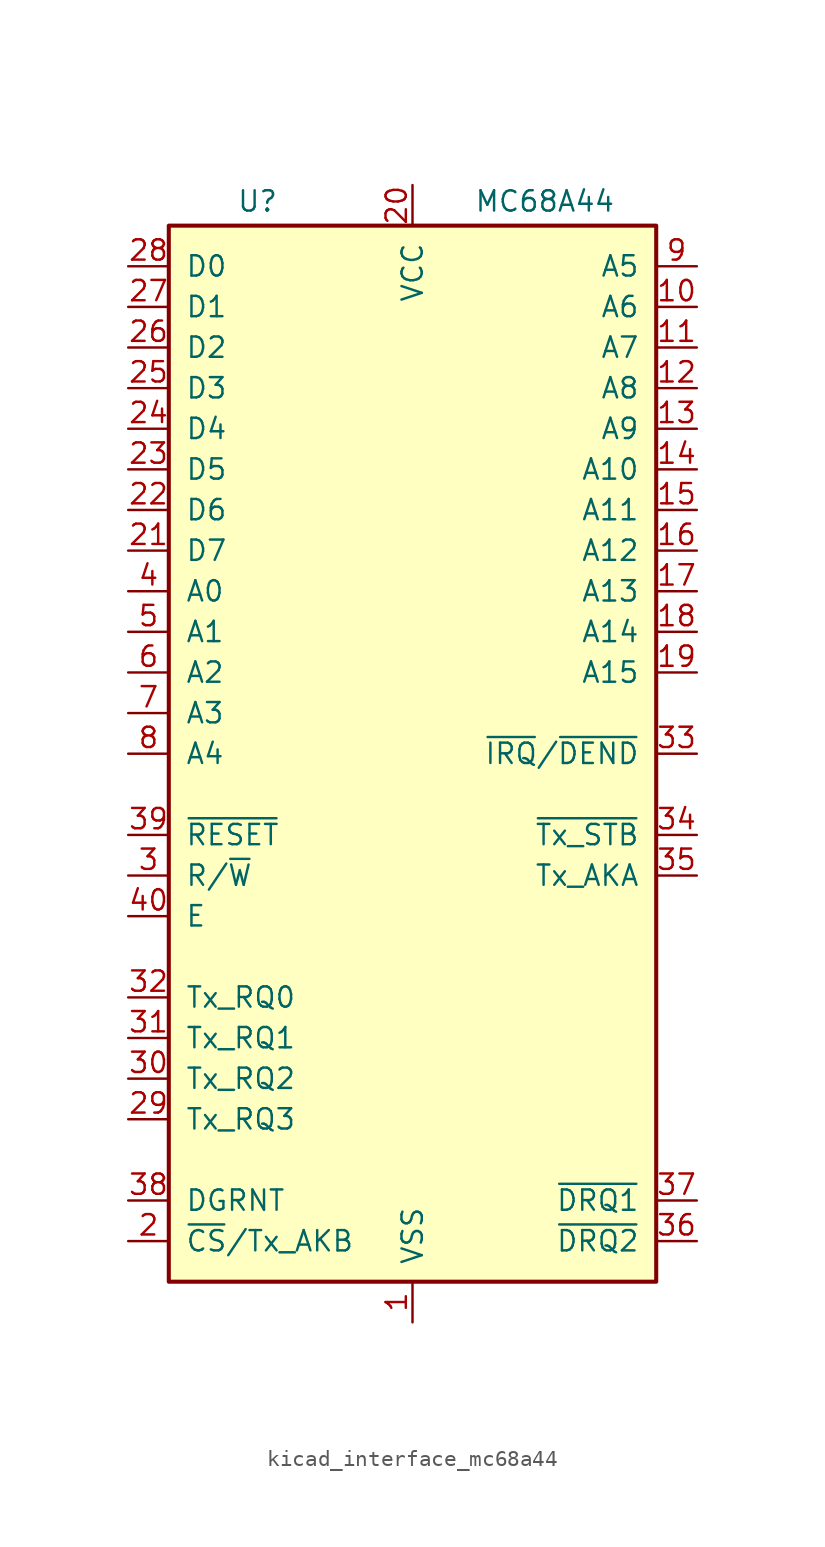
<source format=kicad_sym>
(kicad_symbol_lib
  (version 20220914)
  (generator kicad_symbol_editor)
  (symbol "kicad_interface_mc68a44"
    (pin_names
      (offset 1.016))
    (property "Reference" "U"
      (at -8.382 34.544 0)
      (effects (font (size 1.27 1.27)) (justify right)))
    (property "Value" "MC68A44"
      (at 12.7 34.544 0)
      (effects (font (size 1.27 1.27)) (justify right)))
    (symbol "kicad_interface_mc68a44_0_1"
      (rectangle (start -15.24 -33.02) (end 15.24 33.02) (stroke (width 0.254) (type default)) (fill (type background))))
    (symbol "kicad_interface_mc68a44_1_1"
      (pin power_in line (at 0 -35.56 90) (length 2.54) (name "VSS" (effects (font (size 1.27 1.27)))) (number "1" (effects (font (size 1.27 1.27)))))
      (pin output line (at 17.78 27.94 180) (length 2.54) (name "A6" (effects (font (size 1.27 1.27)))) (number "10" (effects (font (size 1.27 1.27)))))
      (pin output line (at 17.78 25.4 180) (length 2.54) (name "A7" (effects (font (size 1.27 1.27)))) (number "11" (effects (font (size 1.27 1.27)))))
      (pin output line (at 17.78 22.86 180) (length 2.54) (name "A8" (effects (font (size 1.27 1.27)))) (number "12" (effects (font (size 1.27 1.27)))))
      (pin output line (at 17.78 20.32 180) (length 2.54) (name "A9" (effects (font (size 1.27 1.27)))) (number "13" (effects (font (size 1.27 1.27)))))
      (pin output line (at 17.78 17.78 180) (length 2.54) (name "A10" (effects (font (size 1.27 1.27)))) (number "14" (effects (font (size 1.27 1.27)))))
      (pin output line (at 17.78 15.24 180) (length 2.54) (name "A11" (effects (font (size 1.27 1.27)))) (number "15" (effects (font (size 1.27 1.27)))))
      (pin output line (at 17.78 12.7 180) (length 2.54) (name "A12" (effects (font (size 1.27 1.27)))) (number "16" (effects (font (size 1.27 1.27)))))
      (pin output line (at 17.78 10.16 180) (length 2.54) (name "A13" (effects (font (size 1.27 1.27)))) (number "17" (effects (font (size 1.27 1.27)))))
      (pin output line (at 17.78 7.62 180) (length 2.54) (name "A14" (effects (font (size 1.27 1.27)))) (number "18" (effects (font (size 1.27 1.27)))))
      (pin output line (at 17.78 5.08 180) (length 2.54) (name "A15" (effects (font (size 1.27 1.27)))) (number "19" (effects (font (size 1.27 1.27)))))
      (pin bidirectional line (at -17.78 -30.48 0) (length 2.54) (name "~{CS}/Tx_AKB" (effects (font (size 1.27 1.27)))) (number "2" (effects (font (size 1.27 1.27)))))
      (pin power_in line (at 0 35.56 270) (length 2.54) (name "VCC" (effects (font (size 1.27 1.27)))) (number "20" (effects (font (size 1.27 1.27)))))
      (pin bidirectional line (at -17.78 12.7 0) (length 2.54) (name "D7" (effects (font (size 1.27 1.27)))) (number "21" (effects (font (size 1.27 1.27)))))
      (pin bidirectional line (at -17.78 15.24 0) (length 2.54) (name "D6" (effects (font (size 1.27 1.27)))) (number "22" (effects (font (size 1.27 1.27)))))
      (pin bidirectional line (at -17.78 17.78 0) (length 2.54) (name "D5" (effects (font (size 1.27 1.27)))) (number "23" (effects (font (size 1.27 1.27)))))
      (pin bidirectional line (at -17.78 20.32 0) (length 2.54) (name "D4" (effects (font (size 1.27 1.27)))) (number "24" (effects (font (size 1.27 1.27)))))
      (pin bidirectional line (at -17.78 22.86 0) (length 2.54) (name "D3" (effects (font (size 1.27 1.27)))) (number "25" (effects (font (size 1.27 1.27)))))
      (pin bidirectional line (at -17.78 25.4 0) (length 2.54) (name "D2" (effects (font (size 1.27 1.27)))) (number "26" (effects (font (size 1.27 1.27)))))
      (pin bidirectional line (at -17.78 27.94 0) (length 2.54) (name "D1" (effects (font (size 1.27 1.27)))) (number "27" (effects (font (size 1.27 1.27)))))
      (pin bidirectional line (at -17.78 30.48 0) (length 2.54) (name "D0" (effects (font (size 1.27 1.27)))) (number "28" (effects (font (size 1.27 1.27)))))
      (pin input line (at -17.78 -22.86 0) (length 2.54) (name "Tx_RQ3" (effects (font (size 1.27 1.27)))) (number "29" (effects (font (size 1.27 1.27)))))
      (pin bidirectional line (at -17.78 -7.62 0) (length 2.54) (name "R/~{W}" (effects (font (size 1.27 1.27)))) (number "3" (effects (font (size 1.27 1.27)))))
      (pin input line (at -17.78 -20.32 0) (length 2.54) (name "Tx_RQ2" (effects (font (size 1.27 1.27)))) (number "30" (effects (font (size 1.27 1.27)))))
      (pin input line (at -17.78 -17.78 0) (length 2.54) (name "Tx_RQ1" (effects (font (size 1.27 1.27)))) (number "31" (effects (font (size 1.27 1.27)))))
      (pin input line (at -17.78 -15.24 0) (length 2.54) (name "Tx_RQ0" (effects (font (size 1.27 1.27)))) (number "32" (effects (font (size 1.27 1.27)))))
      (pin output line (at 17.78 0 180) (length 2.54) (name "~{IRQ}/~{DEND}" (effects (font (size 1.27 1.27)))) (number "33" (effects (font (size 1.27 1.27)))))
      (pin output line (at 17.78 -5.08 180) (length 2.54) (name "~{Tx_STB}" (effects (font (size 1.27 1.27)))) (number "34" (effects (font (size 1.27 1.27)))))
      (pin output line (at 17.78 -7.62 180) (length 2.54) (name "Tx_AKA" (effects (font (size 1.27 1.27)))) (number "35" (effects (font (size 1.27 1.27)))))
      (pin output line (at 17.78 -30.48 180) (length 2.54) (name "~{DRQ2}" (effects (font (size 1.27 1.27)))) (number "36" (effects (font (size 1.27 1.27)))))
      (pin output line (at 17.78 -27.94 180) (length 2.54) (name "~{DRQ1}" (effects (font (size 1.27 1.27)))) (number "37" (effects (font (size 1.27 1.27)))))
      (pin input line (at -17.78 -27.94 0) (length 2.54) (name "DGRNT" (effects (font (size 1.27 1.27)))) (number "38" (effects (font (size 1.27 1.27)))))
      (pin input line (at -17.78 -5.08 0) (length 2.54) (name "~{RESET}" (effects (font (size 1.27 1.27)))) (number "39" (effects (font (size 1.27 1.27)))))
      (pin bidirectional line (at -17.78 10.16 0) (length 2.54) (name "A0" (effects (font (size 1.27 1.27)))) (number "4" (effects (font (size 1.27 1.27)))))
      (pin input line (at -17.78 -10.16 0) (length 2.54) (name "E" (effects (font (size 1.27 1.27)))) (number "40" (effects (font (size 1.27 1.27)))))
      (pin bidirectional line (at -17.78 7.62 0) (length 2.54) (name "A1" (effects (font (size 1.27 1.27)))) (number "5" (effects (font (size 1.27 1.27)))))
      (pin bidirectional line (at -17.78 5.08 0) (length 2.54) (name "A2" (effects (font (size 1.27 1.27)))) (number "6" (effects (font (size 1.27 1.27)))))
      (pin bidirectional line (at -17.78 2.54 0) (length 2.54) (name "A3" (effects (font (size 1.27 1.27)))) (number "7" (effects (font (size 1.27 1.27)))))
      (pin bidirectional line (at -17.78 0 0) (length 2.54) (name "A4" (effects (font (size 1.27 1.27)))) (number "8" (effects (font (size 1.27 1.27)))))
      (pin output line (at 17.78 30.48 180) (length 2.54) (name "A5" (effects (font (size 1.27 1.27)))) (number "9" (effects (font (size 1.27 1.27))))))))
</source>
